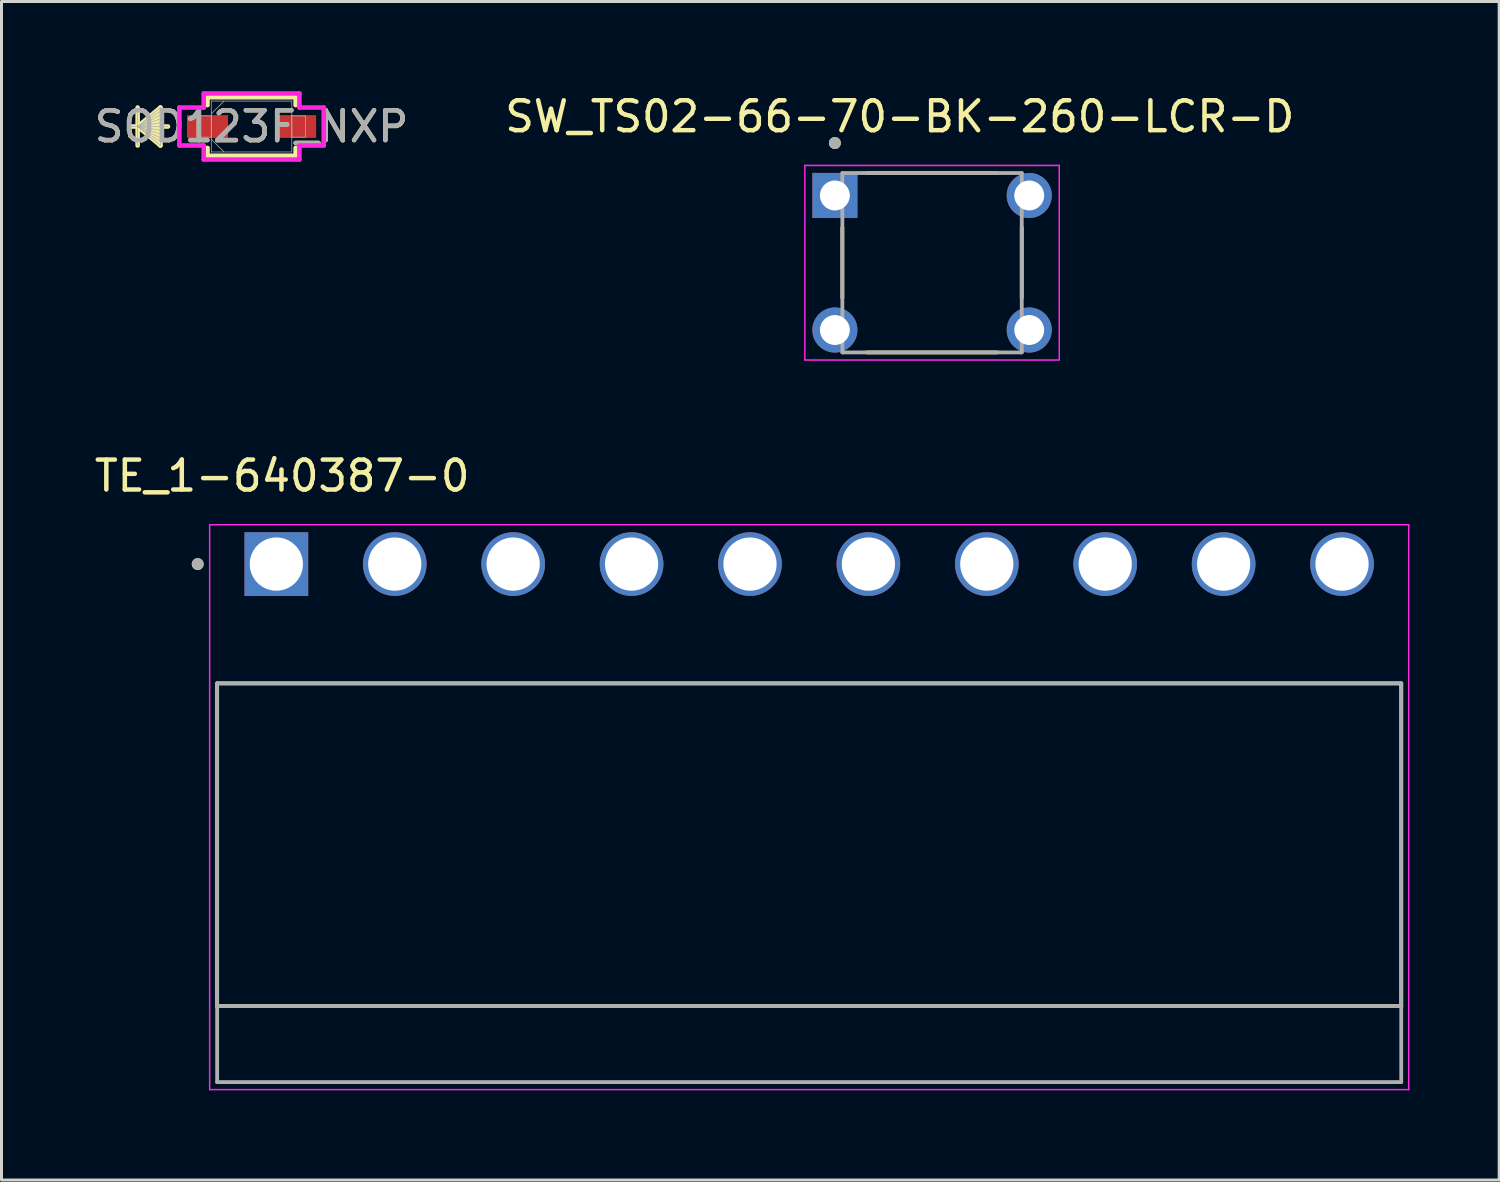
<source format=kicad_pcb>
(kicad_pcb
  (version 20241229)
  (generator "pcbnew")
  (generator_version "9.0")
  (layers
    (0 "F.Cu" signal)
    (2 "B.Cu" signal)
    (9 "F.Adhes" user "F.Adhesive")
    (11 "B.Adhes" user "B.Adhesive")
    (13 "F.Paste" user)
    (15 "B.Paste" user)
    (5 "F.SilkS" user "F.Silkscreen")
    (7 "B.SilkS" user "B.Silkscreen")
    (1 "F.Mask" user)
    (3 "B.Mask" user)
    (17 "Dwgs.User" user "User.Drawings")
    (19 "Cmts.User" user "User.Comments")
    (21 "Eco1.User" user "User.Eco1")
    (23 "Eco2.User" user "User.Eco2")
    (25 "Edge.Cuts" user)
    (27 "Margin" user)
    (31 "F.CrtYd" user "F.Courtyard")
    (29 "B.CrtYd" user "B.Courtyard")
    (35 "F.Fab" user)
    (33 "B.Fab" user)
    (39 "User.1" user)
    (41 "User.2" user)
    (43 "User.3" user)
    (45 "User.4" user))
  (footprint "SW_TS02-66-70-BK-260-LCR-D"
    (layer "F.Cu")
    (at 28.121 5.737)
    (property "Reference" "SW_TS02-66-70-BK-260-LCR-D" (at -1.079 -4.889 0) (layer "F.SilkS") (effects (font (size 1 1) (thickness 0.15))))
    (attr through_hole)
    (fp_line (start -3 -1.176) (end -3 1.176) (stroke (width 0.127) (type solid)) (layer "F.SilkS"))
    (fp_line (start -2.176 -3) (end 2.176 -3) (stroke (width 0.127) (type solid)) (layer "F.SilkS"))
    (fp_line (start -2.176 3) (end 2.176 3) (stroke (width 0.127) (type solid)) (layer "F.SilkS"))
    (fp_line (start 3 -1.176) (end 3 1.176) (stroke (width 0.127) (type solid)) (layer "F.SilkS"))
    (fp_circle (center -3.25 -4.004) (end -3.15 -4.004) (stroke (width 0.2) (type solid)) (fill no) (layer "F.SilkS"))
    (fp_line (start -4.254 -3.254) (end -4.254 3.254) (stroke (width 0.05) (type solid)) (layer "F.CrtYd"))
    (fp_line (start -4.254 3.254) (end 4.254 3.254) (stroke (width 0.05) (type solid)) (layer "F.CrtYd"))
    (fp_line (start 4.254 -3.254) (end -4.254 -3.254) (stroke (width 0.05) (type solid)) (layer "F.CrtYd"))
    (fp_line (start 4.254 3.254) (end 4.254 -3.254) (stroke (width 0.05) (type solid)) (layer "F.CrtYd"))
    (fp_line (start -3 -3) (end 3 -3) (stroke (width 0.127) (type solid)) (layer "F.Fab"))
    (fp_line (start -3 3) (end -3 -3) (stroke (width 0.127) (type solid)) (layer "F.Fab"))
    (fp_line (start 3 -3) (end 3 3) (stroke (width 0.127) (type solid)) (layer "F.Fab"))
    (fp_line (start 3 3) (end -3 3) (stroke (width 0.127) (type solid)) (layer "F.Fab"))
    (fp_circle (center -3.25 -4.004) (end -3.15 -4.004) (stroke (width 0.2) (type solid)) (fill no) (layer "F.Fab"))
    (pad "1" thru_hole rect (at -3.25 -2.25) (size 1.508 1.508) (drill 1) (layers "*.Cu" "*.Mask"))
    (pad "2" thru_hole circle (at 3.25 -2.25) (size 1.508 1.508) (drill 1) (layers "*.Cu" "*.Mask"))
    (pad "3" thru_hole circle (at -3.25 2.25) (size 1.508 1.508) (drill 1) (layers "*.Cu" "*.Mask"))
    (pad "4" thru_hole circle (at 3.25 2.25) (size 1.508 1.508) (drill 1) (layers "*.Cu" "*.Mask")))
  (footprint "TE_1-640387-0"
    (layer "F.Cu")
    (at 6.192 15.815)
    (property "Reference" "TE_1-640387-0" (at 0.195 -2.95 0) (layer "F.SilkS") (effects (font (size 1 1) (thickness 0.15))))
    (attr through_hole)
    (fp_line (start -1.98 14.783) (end -1.98 3.99) (stroke (width 0.127) (type solid)) (layer "F.SilkS"))
    (fp_line (start 37.62 3.99) (end -1.98 3.99) (stroke (width 0.127) (type solid)) (layer "F.SilkS"))
    (fp_line (start 37.62 3.99) (end 37.62 14.783) (stroke (width 0.127) (type solid)) (layer "F.SilkS"))
    (fp_line (start 37.62 14.783) (end -1.98 14.783) (stroke (width 0.127) (type solid)) (layer "F.SilkS"))
    (fp_circle (center -2.63 0) (end -2.53 0) (stroke (width 0.2) (type solid)) (fill no) (layer "F.SilkS"))
    (fp_line (start -2.23 -1.315) (end 37.87 -1.315) (stroke (width 0.05) (type solid)) (layer "F.CrtYd"))
    (fp_line (start -2.23 17.575) (end -2.23 -1.315) (stroke (width 0.05) (type solid)) (layer "F.CrtYd"))
    (fp_line (start 37.87 -1.315) (end 37.87 17.575) (stroke (width 0.05) (type solid)) (layer "F.CrtYd"))
    (fp_line (start 37.87 17.575) (end -2.23 17.575) (stroke (width 0.05) (type solid)) (layer "F.CrtYd"))
    (fp_line (start -1.98 3.99) (end 37.62 3.99) (stroke (width 0.127) (type solid)) (layer "F.Fab"))
    (fp_line (start -1.98 14.783) (end -1.98 3.99) (stroke (width 0.127) (type solid)) (layer "F.Fab"))
    (fp_line (start -1.98 14.783) (end -1.98 17.325) (stroke (width 0.127) (type solid)) (layer "F.Fab"))
    (fp_line (start -1.98 17.325) (end 37.62 17.325) (stroke (width 0.127) (type solid)) (layer "F.Fab"))
    (fp_line (start 37.62 3.99) (end 37.62 14.783) (stroke (width 0.127) (type solid)) (layer "F.Fab"))
    (fp_line (start 37.62 14.783) (end -1.98 14.783) (stroke (width 0.127) (type solid)) (layer "F.Fab"))
    (fp_line (start 37.62 17.325) (end 37.62 14.783) (stroke (width 0.127) (type solid)) (layer "F.Fab"))
    (fp_circle (center -2.63 0) (end -2.53 0) (stroke (width 0.2) (type solid)) (fill no) (layer "F.Fab"))
    (pad "1" thru_hole rect (at 0 0) (size 2.13 2.13) (drill 1.78) (layers "*.Cu" "*.Mask"))
    (pad "2" thru_hole circle (at 3.96 0) (size 2.13 2.13) (drill 1.78) (layers "*.Cu" "*.Mask"))
    (pad "3" thru_hole circle (at 7.92 0) (size 2.13 2.13) (drill 1.78) (layers "*.Cu" "*.Mask"))
    (pad "4" thru_hole circle (at 11.88 0) (size 2.13 2.13) (drill 1.78) (layers "*.Cu" "*.Mask"))
    (pad "5" thru_hole circle (at 15.84 0) (size 2.13 2.13) (drill 1.78) (layers "*.Cu" "*.Mask"))
    (pad "6" thru_hole circle (at 19.8 0) (size 2.13 2.13) (drill 1.78) (layers "*.Cu" "*.Mask"))
    (pad "7" thru_hole circle (at 23.76 0) (size 2.13 2.13) (drill 1.78) (layers "*.Cu" "*.Mask"))
    (pad "8" thru_hole circle (at 27.72 0) (size 2.13 2.13) (drill 1.78) (layers "*.Cu" "*.Mask"))
    (pad "9" thru_hole circle (at 31.68 0) (size 2.13 2.13) (drill 1.78) (layers "*.Cu" "*.Mask"))
    (pad "10" thru_hole circle (at 35.64 0) (size 2.13 2.13) (drill 1.78) (layers "*.Cu" "*.Mask")))
  (footprint "SOD123F_NXP"
    (layer "F.Cu")
    (at 5.363 1.181)
    (property "Reference" "SOD123F_NXP" (at 0 0 0) (unlocked yes) (layer "F.SilkS") (effects (font (size 1 1) (thickness 0.15))))
    (attr smd)
    (fp_line (start -3.81 -0.635) (end -3.81 0.635) (stroke (width 0.152) (type solid)) (layer "F.SilkS"))
    (fp_line (start -3.81 0) (end -3.048 -0.635) (stroke (width 0.152) (type solid)) (layer "F.SilkS"))
    (fp_line (start -3.81 0) (end -3.048 -0.508) (stroke (width 0.152) (type solid)) (layer "F.SilkS"))
    (fp_line (start -3.81 0) (end -3.048 -0.381) (stroke (width 0.152) (type solid)) (layer "F.SilkS"))
    (fp_line (start -3.81 0) (end -3.048 -0.254) (stroke (width 0.152) (type solid)) (layer "F.SilkS"))
    (fp_line (start -3.81 0) (end -3.048 -0.127) (stroke (width 0.152) (type solid)) (layer "F.SilkS"))
    (fp_line (start -3.81 0) (end -3.048 0.127) (stroke (width 0.152) (type solid)) (layer "F.SilkS"))
    (fp_line (start -3.81 0) (end -3.048 0.254) (stroke (width 0.152) (type solid)) (layer "F.SilkS"))
    (fp_line (start -3.81 0) (end -3.048 0.381) (stroke (width 0.152) (type solid)) (layer "F.SilkS"))
    (fp_line (start -3.81 0) (end -3.048 0.508) (stroke (width 0.152) (type solid)) (layer "F.SilkS"))
    (fp_line (start -3.81 0) (end -3.048 0.635) (stroke (width 0.152) (type solid)) (layer "F.SilkS"))
    (fp_line (start -3.048 -0.635) (end -3.048 0.635) (stroke (width 0.152) (type solid)) (layer "F.SilkS"))
    (fp_line (start -2.794 0) (end -4.064 0) (stroke (width 0.152) (type solid)) (layer "F.SilkS"))
    (fp_line (start -1.473 -0.978) (end -1.473 -0.714) (stroke (width 0.152) (type solid)) (layer "F.SilkS"))
    (fp_line (start -1.473 0.714) (end -1.473 0.978) (stroke (width 0.152) (type solid)) (layer "F.SilkS"))
    (fp_line (start -1.473 0.978) (end 1.473 0.978) (stroke (width 0.152) (type solid)) (layer "F.SilkS"))
    (fp_line (start 1.473 -0.978) (end -1.473 -0.978) (stroke (width 0.152) (type solid)) (layer "F.SilkS"))
    (fp_line (start 1.473 -0.714) (end 1.473 -0.978) (stroke (width 0.152) (type solid)) (layer "F.SilkS"))
    (fp_line (start 1.473 0.978) (end 1.473 0.714) (stroke (width 0.152) (type solid)) (layer "F.SilkS"))
    (fp_line (start -2.413 -0.635) (end -1.6 -0.635) (stroke (width 0.152) (type solid)) (layer "F.CrtYd"))
    (fp_line (start -2.413 0.635) (end -2.413 -0.635) (stroke (width 0.152) (type solid)) (layer "F.CrtYd"))
    (fp_line (start -1.6 -1.105) (end 1.6 -1.105) (stroke (width 0.152) (type solid)) (layer "F.CrtYd"))
    (fp_line (start -1.6 -0.635) (end -1.6 -1.105) (stroke (width 0.152) (type solid)) (layer "F.CrtYd"))
    (fp_line (start -1.6 0.635) (end -2.413 0.635) (stroke (width 0.152) (type solid)) (layer "F.CrtYd"))
    (fp_line (start -1.6 1.105) (end -1.6 0.635) (stroke (width 0.152) (type solid)) (layer "F.CrtYd"))
    (fp_line (start 1.6 -1.105) (end 1.6 -0.635) (stroke (width 0.152) (type solid)) (layer "F.CrtYd"))
    (fp_line (start 1.6 -0.635) (end 2.413 -0.635) (stroke (width 0.152) (type solid)) (layer "F.CrtYd"))
    (fp_line (start 1.6 0.635) (end 1.6 1.105) (stroke (width 0.152) (type solid)) (layer "F.CrtYd"))
    (fp_line (start 1.6 1.105) (end -1.6 1.105) (stroke (width 0.152) (type solid)) (layer "F.CrtYd"))
    (fp_line (start 2.413 -0.635) (end 2.413 0.635) (stroke (width 0.152) (type solid)) (layer "F.CrtYd"))
    (fp_line (start 2.413 0.635) (end 1.6 0.635) (stroke (width 0.152) (type solid)) (layer "F.CrtYd"))
    (fp_line (start -3.81 -0.635) (end -3.81 0.635) (stroke (width 0.025) (type solid)) (layer "F.Fab"))
    (fp_line (start -3.81 0) (end -3.048 -0.635) (stroke (width 0.025) (type solid)) (layer "F.Fab"))
    (fp_line (start -3.81 0) (end -3.048 -0.508) (stroke (width 0.025) (type solid)) (layer "F.Fab"))
    (fp_line (start -3.81 0) (end -3.048 -0.381) (stroke (width 0.025) (type solid)) (layer "F.Fab"))
    (fp_line (start -3.81 0) (end -3.048 -0.254) (stroke (width 0.025) (type solid)) (layer "F.Fab"))
    (fp_line (start -3.81 0) (end -3.048 -0.127) (stroke (width 0.025) (type solid)) (layer "F.Fab"))
    (fp_line (start -3.81 0) (end -3.048 0.127) (stroke (width 0.025) (type solid)) (layer "F.Fab"))
    (fp_line (start -3.81 0) (end -3.048 0.254) (stroke (width 0.025) (type solid)) (layer "F.Fab"))
    (fp_line (start -3.81 0) (end -3.048 0.381) (stroke (width 0.025) (type solid)) (layer "F.Fab"))
    (fp_line (start -3.81 0) (end -3.048 0.508) (stroke (width 0.025) (type solid)) (layer "F.Fab"))
    (fp_line (start -3.81 0) (end -3.048 0.635) (stroke (width 0.025) (type solid)) (layer "F.Fab"))
    (fp_line (start -3.048 -0.635) (end -3.048 0.635) (stroke (width 0.025) (type solid)) (layer "F.Fab"))
    (fp_line (start -2.794 0) (end -4.064 0) (stroke (width 0.025) (type solid)) (layer "F.Fab"))
    (fp_line (start -1.803 -0.356) (end -1.803 0.356) (stroke (width 0.025) (type solid)) (layer "F.Fab"))
    (fp_line (start -1.803 0.356) (end -1.346 0.356) (stroke (width 0.025) (type solid)) (layer "F.Fab"))
    (fp_line (start -1.346 -0.851) (end -1.346 0.851) (stroke (width 0.025) (type solid)) (layer "F.Fab"))
    (fp_line (start -1.346 -0.425) (end -0.921 -0.851) (stroke (width 0.025) (type solid)) (layer "F.Fab"))
    (fp_line (start -1.346 -0.356) (end -1.803 -0.356) (stroke (width 0.025) (type solid)) (layer "F.Fab"))
    (fp_line (start -1.346 0.356) (end -1.346 -0.356) (stroke (width 0.025) (type solid)) (layer "F.Fab"))
    (fp_line (start -1.346 0.425) (end -0.921 0.851) (stroke (width 0.025) (type solid)) (layer "F.Fab"))
    (fp_line (start -1.346 0.851) (end 1.346 0.851) (stroke (width 0.025) (type solid)) (layer "F.Fab"))
    (fp_line (start 1.346 -0.851) (end -1.346 -0.851) (stroke (width 0.025) (type solid)) (layer "F.Fab"))
    (fp_line (start 1.346 -0.356) (end 1.346 0.356) (stroke (width 0.025) (type solid)) (layer "F.Fab"))
    (fp_line (start 1.346 0.356) (end 1.803 0.356) (stroke (width 0.025) (type solid)) (layer "F.Fab"))
    (fp_line (start 1.346 0.851) (end 1.346 -0.851) (stroke (width 0.025) (type solid)) (layer "F.Fab"))
    (fp_line (start 1.803 -0.356) (end 1.346 -0.356) (stroke (width 0.025) (type solid)) (layer "F.Fab"))
    (fp_line (start 1.803 0.356) (end 1.803 -0.356) (stroke (width 0.025) (type solid)) (layer "F.Fab"))
    (fp_text user "${REFERENCE}" (at 0 0 0) (unlocked yes) (layer "F.Fab") (effects (font (size 1 1) (thickness 0.15))))
    (pad "1" smd rect (at -1.473 0) (size 1.372 0.762) (layers "F.Cu" "F.Mask" "F.Paste"))
    (pad "2" smd rect (at 1.473 0) (size 1.372 0.762) (layers "F.Cu" "F.Mask" "F.Paste")))
  (gr_rect
    (start -3 -3)
    (end 47.087 36.414)
    (stroke (width 0.1) (type default))
    (fill no)
    (layer "Edge.Cuts")))
</source>
